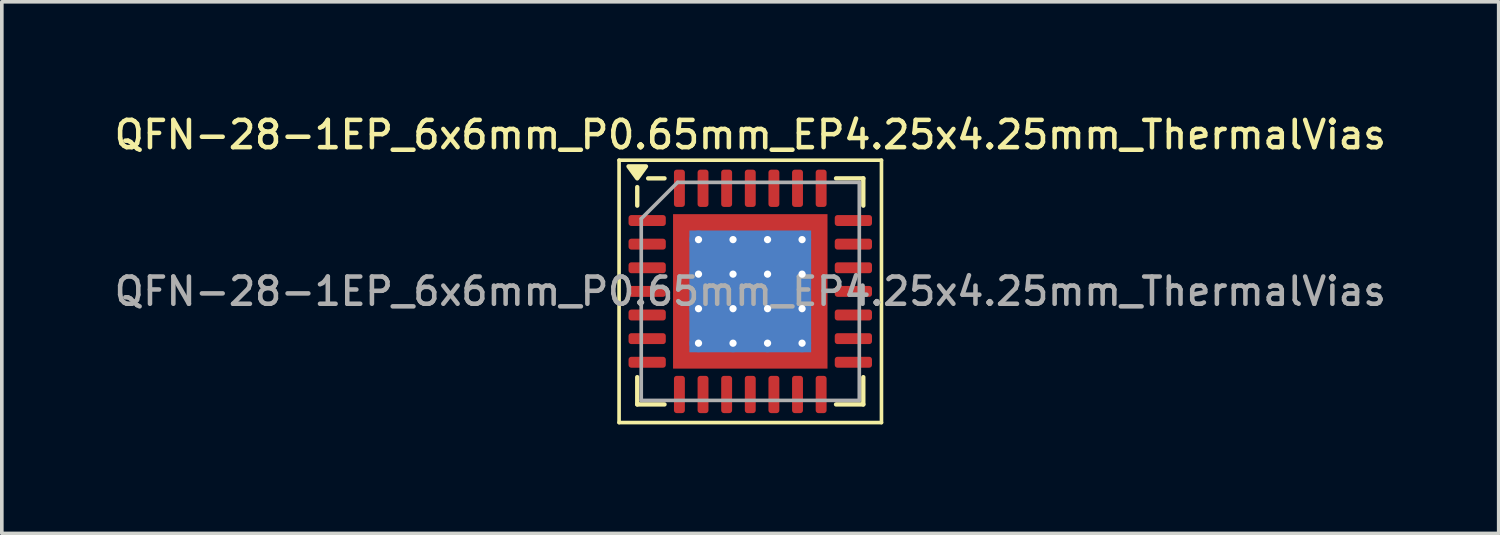
<source format=kicad_pcb>
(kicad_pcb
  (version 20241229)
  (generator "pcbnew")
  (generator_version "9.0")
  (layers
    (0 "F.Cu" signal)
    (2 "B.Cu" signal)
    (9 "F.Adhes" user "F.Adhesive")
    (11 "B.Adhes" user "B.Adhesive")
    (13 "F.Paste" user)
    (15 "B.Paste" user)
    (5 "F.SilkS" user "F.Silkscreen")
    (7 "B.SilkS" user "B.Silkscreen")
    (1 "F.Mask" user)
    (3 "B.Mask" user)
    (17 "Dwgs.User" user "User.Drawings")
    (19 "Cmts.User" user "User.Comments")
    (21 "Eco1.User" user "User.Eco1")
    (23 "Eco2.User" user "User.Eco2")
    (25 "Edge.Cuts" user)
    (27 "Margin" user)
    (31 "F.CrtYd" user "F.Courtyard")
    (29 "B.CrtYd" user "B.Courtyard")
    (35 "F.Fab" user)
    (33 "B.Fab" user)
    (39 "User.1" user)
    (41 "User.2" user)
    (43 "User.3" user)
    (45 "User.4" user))
  (footprint "QFN-28-1EP_6x6mm_P0.65mm_EP4.25x4.25mm_ThermalVias"
    (layer "F.Cu")
    (at 17.595 4.968)
    (property "Reference" "QFN-28-1EP_6x6mm_P0.65mm_EP4.25x4.25mm_ThermalVias" (at 0 -4.31 0) (layer "F.SilkS") (effects (font (size 0.75 0.75) (thickness 0.125))))
    (attr smd)
    (fp_line (start -3.61 -3.61) (end -3.61 3.61) (stroke (width 0.1) (type solid)) (layer "F.SilkS"))
    (fp_line (start -3.61 3.61) (end 3.61 3.61) (stroke (width 0.1) (type solid)) (layer "F.SilkS"))
    (fp_line (start -3.11 -2.36) (end -3.11 -2.87) (stroke (width 0.12) (type solid)) (layer "F.SilkS"))
    (fp_line (start -3.11 3.11) (end -3.11 2.36) (stroke (width 0.12) (type solid)) (layer "F.SilkS"))
    (fp_line (start -2.36 -3.11) (end -2.81 -3.11) (stroke (width 0.12) (type solid)) (layer "F.SilkS"))
    (fp_line (start -2.36 3.11) (end -3.11 3.11) (stroke (width 0.12) (type solid)) (layer "F.SilkS"))
    (fp_line (start 2.36 -3.11) (end 3.11 -3.11) (stroke (width 0.12) (type solid)) (layer "F.SilkS"))
    (fp_line (start 2.36 3.11) (end 3.11 3.11) (stroke (width 0.12) (type solid)) (layer "F.SilkS"))
    (fp_line (start 3.11 -3.11) (end 3.11 -2.36) (stroke (width 0.12) (type solid)) (layer "F.SilkS"))
    (fp_line (start 3.11 3.11) (end 3.11 2.36) (stroke (width 0.12) (type solid)) (layer "F.SilkS"))
    (fp_line (start 3.61 -3.61) (end -3.61 -3.61) (stroke (width 0.1) (type solid)) (layer "F.SilkS"))
    (fp_line (start 3.61 3.61) (end 3.61 -3.61) (stroke (width 0.1) (type solid)) (layer "F.SilkS"))
    (fp_poly (pts (xy -3.11 -3.11) (xy -3.35 -3.44) (xy -2.87 -3.44) (xy -3.11 -3.11)) (stroke (width 0.12) (type solid)) (fill yes) (layer "F.SilkS"))
    (fp_line (start -3 -2) (end -2 -3) (stroke (width 0.1) (type solid)) (layer "F.Fab"))
    (fp_line (start -3 3) (end -3 -2) (stroke (width 0.1) (type solid)) (layer "F.Fab"))
    (fp_line (start -2 -3) (end 3 -3) (stroke (width 0.1) (type solid)) (layer "F.Fab"))
    (fp_line (start 3 -3) (end 3 3) (stroke (width 0.1) (type solid)) (layer "F.Fab"))
    (fp_line (start 3 3) (end -3 3) (stroke (width 0.1) (type solid)) (layer "F.Fab"))
    (fp_text user "${REFERENCE}" (at 0 0 0) (layer "F.Fab") (effects (font (size 0.75 0.75) (thickness 0.125))))
    (pad "" smd custom (at -1.775 -1.775) (size 0.46 0.46) (layers "F.Paste") (options (anchor circle)) (primitives (gr_poly (pts (xy -0.178 -0.178) (xy 0.178 -0.178) (xy 0.178 0.092) (xy 0.092 0.178) (xy -0.178 0.178)) (width 0.208) (fill yes))))
    (pad "" smd custom (at -1.775 -0.95) (size 0.477 0.477) (layers "F.Paste") (options (anchor circle)) (primitives (gr_poly (pts (xy -0.195 -0.296) (xy 0.123 -0.296) (xy 0.195 -0.224) (xy 0.195 0.224) (xy 0.123 0.296) (xy -0.195 0.296)) (width 0.174) (fill yes))))
    (pad "" smd custom (at -1.775 0) (size 0.477 0.477) (layers "F.Paste") (options (anchor circle)) (primitives (gr_poly (pts (xy -0.195 -0.296) (xy 0.123 -0.296) (xy 0.195 -0.224) (xy 0.195 0.224) (xy 0.123 0.296) (xy -0.195 0.296)) (width 0.174) (fill yes))))
    (pad "" smd custom (at -1.775 0.95) (size 0.477 0.477) (layers "F.Paste") (options (anchor circle)) (primitives (gr_poly (pts (xy -0.195 -0.296) (xy 0.123 -0.296) (xy 0.195 -0.224) (xy 0.195 0.224) (xy 0.123 0.296) (xy -0.195 0.296)) (width 0.174) (fill yes))))
    (pad "" smd custom (at -1.775 1.775) (size 0.46 0.46) (layers "F.Paste") (options (anchor circle)) (primitives (gr_poly (pts (xy -0.178 -0.178) (xy 0.092 -0.178) (xy 0.178 -0.092) (xy 0.178 0.178) (xy -0.178 0.178)) (width 0.208) (fill yes))))
    (pad "" smd custom (at -0.95 -1.775) (size 0.477 0.477) (layers "F.Paste") (options (anchor circle)) (primitives (gr_poly (pts (xy -0.296 -0.195) (xy 0.296 -0.195) (xy 0.296 0.123) (xy 0.224 0.195) (xy -0.224 0.195) (xy -0.296 0.123)) (width 0.174) (fill yes))))
    (pad "" smd roundrect (at -0.95 -0.95) (size 0.766 0.766) (layers "F.Paste") (roundrect_rratio 0.25))
    (pad "" smd roundrect (at -0.95 0) (size 0.766 0.766) (layers "F.Paste") (roundrect_rratio 0.25))
    (pad "" smd roundrect (at -0.95 0.95) (size 0.766 0.766) (layers "F.Paste") (roundrect_rratio 0.25))
    (pad "" smd custom (at -0.95 1.775) (size 0.477 0.477) (layers "F.Paste") (options (anchor circle)) (primitives (gr_poly (pts (xy -0.296 -0.123) (xy -0.224 -0.195) (xy 0.224 -0.195) (xy 0.296 -0.123) (xy 0.296 0.195) (xy -0.296 0.195)) (width 0.174) (fill yes))))
    (pad "" smd custom (at 0 -1.775) (size 0.477 0.477) (layers "F.Paste") (options (anchor circle)) (primitives (gr_poly (pts (xy -0.296 -0.195) (xy 0.296 -0.195) (xy 0.296 0.123) (xy 0.224 0.195) (xy -0.224 0.195) (xy -0.296 0.123)) (width 0.174) (fill yes))))
    (pad "" smd roundrect (at 0 -0.95) (size 0.766 0.766) (layers "F.Paste") (roundrect_rratio 0.25))
    (pad "" smd roundrect (at 0 0) (size 0.766 0.766) (layers "F.Paste") (roundrect_rratio 0.25))
    (pad "" smd roundrect (at 0 0.95) (size 0.766 0.766) (layers "F.Paste") (roundrect_rratio 0.25))
    (pad "" smd custom (at 0 1.775) (size 0.477 0.477) (layers "F.Paste") (options (anchor circle)) (primitives (gr_poly (pts (xy -0.296 -0.123) (xy -0.224 -0.195) (xy 0.224 -0.195) (xy 0.296 -0.123) (xy 0.296 0.195) (xy -0.296 0.195)) (width 0.174) (fill yes))))
    (pad "" smd custom (at 0.95 -1.775) (size 0.477 0.477) (layers "F.Paste") (options (anchor circle)) (primitives (gr_poly (pts (xy -0.296 -0.195) (xy 0.296 -0.195) (xy 0.296 0.123) (xy 0.224 0.195) (xy -0.224 0.195) (xy -0.296 0.123)) (width 0.174) (fill yes))))
    (pad "" smd roundrect (at 0.95 -0.95) (size 0.766 0.766) (layers "F.Paste") (roundrect_rratio 0.25))
    (pad "" smd roundrect (at 0.95 0) (size 0.766 0.766) (layers "F.Paste") (roundrect_rratio 0.25))
    (pad "" smd roundrect (at 0.95 0.95) (size 0.766 0.766) (layers "F.Paste") (roundrect_rratio 0.25))
    (pad "" smd custom (at 0.95 1.775) (size 0.477 0.477) (layers "F.Paste") (options (anchor circle)) (primitives (gr_poly (pts (xy -0.296 -0.123) (xy -0.224 -0.195) (xy 0.224 -0.195) (xy 0.296 -0.123) (xy 0.296 0.195) (xy -0.296 0.195)) (width 0.174) (fill yes))))
    (pad "" smd custom (at 1.775 -1.775) (size 0.46 0.46) (layers "F.Paste") (options (anchor circle)) (primitives (gr_poly (pts (xy -0.178 -0.178) (xy 0.178 -0.178) (xy 0.178 0.178) (xy -0.092 0.178) (xy -0.178 0.092)) (width 0.208) (fill yes))))
    (pad "" smd custom (at 1.775 -0.95) (size 0.477 0.477) (layers "F.Paste") (options (anchor circle)) (primitives (gr_poly (pts (xy -0.195 -0.224) (xy -0.123 -0.296) (xy 0.195 -0.296) (xy 0.195 0.296) (xy -0.123 0.296) (xy -0.195 0.224)) (width 0.174) (fill yes))))
    (pad "" smd custom (at 1.775 0) (size 0.477 0.477) (layers "F.Paste") (options (anchor circle)) (primitives (gr_poly (pts (xy -0.195 -0.224) (xy -0.123 -0.296) (xy 0.195 -0.296) (xy 0.195 0.296) (xy -0.123 0.296) (xy -0.195 0.224)) (width 0.174) (fill yes))))
    (pad "" smd custom (at 1.775 0.95) (size 0.477 0.477) (layers "F.Paste") (options (anchor circle)) (primitives (gr_poly (pts (xy -0.195 -0.224) (xy -0.123 -0.296) (xy 0.195 -0.296) (xy 0.195 0.296) (xy -0.123 0.296) (xy -0.195 0.224)) (width 0.174) (fill yes))))
    (pad "" smd custom (at 1.775 1.775) (size 0.46 0.46) (layers "F.Paste") (options (anchor circle)) (primitives (gr_poly (pts (xy -0.178 -0.092) (xy -0.092 -0.178) (xy 0.178 -0.178) (xy 0.178 0.178) (xy -0.178 0.178)) (width 0.208) (fill yes))))
    (pad "1" smd roundrect (at -2.837 -1.95) (size 1.025 0.3) (layers "F.Cu" "F.Mask" "F.Paste") (roundrect_rratio 0.25))
    (pad "2" smd roundrect (at -2.837 -1.3) (size 1.025 0.3) (layers "F.Cu" "F.Mask" "F.Paste") (roundrect_rratio 0.25))
    (pad "3" smd roundrect (at -2.837 -0.65) (size 1.025 0.3) (layers "F.Cu" "F.Mask" "F.Paste") (roundrect_rratio 0.25))
    (pad "4" smd roundrect (at -2.837 0) (size 1.025 0.3) (layers "F.Cu" "F.Mask" "F.Paste") (roundrect_rratio 0.25))
    (pad "5" smd roundrect (at -2.837 0.65) (size 1.025 0.3) (layers "F.Cu" "F.Mask" "F.Paste") (roundrect_rratio 0.25))
    (pad "6" smd roundrect (at -2.837 1.3) (size 1.025 0.3) (layers "F.Cu" "F.Mask" "F.Paste") (roundrect_rratio 0.25))
    (pad "7" smd roundrect (at -2.837 1.95) (size 1.025 0.3) (layers "F.Cu" "F.Mask" "F.Paste") (roundrect_rratio 0.25))
    (pad "8" smd roundrect (at -1.95 2.837) (size 0.3 1.025) (layers "F.Cu" "F.Mask" "F.Paste") (roundrect_rratio 0.25))
    (pad "9" smd roundrect (at -1.3 2.837) (size 0.3 1.025) (layers "F.Cu" "F.Mask" "F.Paste") (roundrect_rratio 0.25))
    (pad "10" smd roundrect (at -0.65 2.837) (size 0.3 1.025) (layers "F.Cu" "F.Mask" "F.Paste") (roundrect_rratio 0.25))
    (pad "11" smd roundrect (at 0 2.837) (size 0.3 1.025) (layers "F.Cu" "F.Mask" "F.Paste") (roundrect_rratio 0.25))
    (pad "12" smd roundrect (at 0.65 2.837) (size 0.3 1.025) (layers "F.Cu" "F.Mask" "F.Paste") (roundrect_rratio 0.25))
    (pad "13" smd roundrect (at 1.3 2.837) (size 0.3 1.025) (layers "F.Cu" "F.Mask" "F.Paste") (roundrect_rratio 0.25))
    (pad "14" smd roundrect (at 1.95 2.837) (size 0.3 1.025) (layers "F.Cu" "F.Mask" "F.Paste") (roundrect_rratio 0.25))
    (pad "15" smd roundrect (at 2.837 1.95) (size 1.025 0.3) (layers "F.Cu" "F.Mask" "F.Paste") (roundrect_rratio 0.25))
    (pad "16" smd roundrect (at 2.837 1.3) (size 1.025 0.3) (layers "F.Cu" "F.Mask" "F.Paste") (roundrect_rratio 0.25))
    (pad "17" smd roundrect (at 2.837 0.65) (size 1.025 0.3) (layers "F.Cu" "F.Mask" "F.Paste") (roundrect_rratio 0.25))
    (pad "18" smd roundrect (at 2.837 0) (size 1.025 0.3) (layers "F.Cu" "F.Mask" "F.Paste") (roundrect_rratio 0.25))
    (pad "19" smd roundrect (at 2.837 -0.65) (size 1.025 0.3) (layers "F.Cu" "F.Mask" "F.Paste") (roundrect_rratio 0.25))
    (pad "20" smd roundrect (at 2.837 -1.3) (size 1.025 0.3) (layers "F.Cu" "F.Mask" "F.Paste") (roundrect_rratio 0.25))
    (pad "21" smd roundrect (at 2.837 -1.95) (size 1.025 0.3) (layers "F.Cu" "F.Mask" "F.Paste") (roundrect_rratio 0.25))
    (pad "22" smd roundrect (at 1.95 -2.837) (size 0.3 1.025) (layers "F.Cu" "F.Mask" "F.Paste") (roundrect_rratio 0.25))
    (pad "23" smd roundrect (at 1.3 -2.837) (size 0.3 1.025) (layers "F.Cu" "F.Mask" "F.Paste") (roundrect_rratio 0.25))
    (pad "24" smd roundrect (at 0.65 -2.837) (size 0.3 1.025) (layers "F.Cu" "F.Mask" "F.Paste") (roundrect_rratio 0.25))
    (pad "25" smd roundrect (at 0 -2.837) (size 0.3 1.025) (layers "F.Cu" "F.Mask" "F.Paste") (roundrect_rratio 0.25))
    (pad "26" smd roundrect (at -0.65 -2.837) (size 0.3 1.025) (layers "F.Cu" "F.Mask" "F.Paste") (roundrect_rratio 0.25))
    (pad "27" smd roundrect (at -1.3 -2.837) (size 0.3 1.025) (layers "F.Cu" "F.Mask" "F.Paste") (roundrect_rratio 0.25))
    (pad "28" smd roundrect (at -1.95 -2.837) (size 0.3 1.025) (layers "F.Cu" "F.Mask" "F.Paste") (roundrect_rratio 0.25))
    (pad "29" thru_hole circle (at -1.425 -1.425) (size 0.5 0.5) (drill 0.2) (property pad_prop_heatsink) (layers "*.Cu"))
    (pad "29" thru_hole circle (at -1.425 -0.475) (size 0.5 0.5) (drill 0.2) (property pad_prop_heatsink) (layers "*.Cu"))
    (pad "29" thru_hole circle (at -1.425 0.475) (size 0.5 0.5) (drill 0.2) (property pad_prop_heatsink) (layers "*.Cu"))
    (pad "29" thru_hole circle (at -1.425 1.425) (size 0.5 0.5) (drill 0.2) (property pad_prop_heatsink) (layers "*.Cu"))
    (pad "29" thru_hole circle (at -0.475 -1.425) (size 0.5 0.5) (drill 0.2) (property pad_prop_heatsink) (layers "*.Cu"))
    (pad "29" thru_hole circle (at -0.475 -0.475) (size 0.5 0.5) (drill 0.2) (property pad_prop_heatsink) (layers "*.Cu"))
    (pad "29" thru_hole circle (at -0.475 0.475) (size 0.5 0.5) (drill 0.2) (property pad_prop_heatsink) (layers "*.Cu"))
    (pad "29" thru_hole circle (at -0.475 1.425) (size 0.5 0.5) (drill 0.2) (property pad_prop_heatsink) (layers "*.Cu"))
    (pad "29" smd rect (at 0 0) (size 3.35 3.35) (property pad_prop_heatsink) (layers "B.Cu"))
    (pad "29" smd rect (at 0 0) (size 4.25 4.25) (property pad_prop_heatsink) (layers "F.Cu" "F.Mask"))
    (pad "29" thru_hole circle (at 0.475 -1.425) (size 0.5 0.5) (drill 0.2) (property pad_prop_heatsink) (layers "*.Cu"))
    (pad "29" thru_hole circle (at 0.475 -0.475) (size 0.5 0.5) (drill 0.2) (property pad_prop_heatsink) (layers "*.Cu"))
    (pad "29" thru_hole circle (at 0.475 0.475) (size 0.5 0.5) (drill 0.2) (property pad_prop_heatsink) (layers "*.Cu"))
    (pad "29" thru_hole circle (at 0.475 1.425) (size 0.5 0.5) (drill 0.2) (property pad_prop_heatsink) (layers "*.Cu"))
    (pad "29" thru_hole circle (at 1.425 -1.425) (size 0.5 0.5) (drill 0.2) (property pad_prop_heatsink) (layers "*.Cu"))
    (pad "29" thru_hole circle (at 1.425 -0.475) (size 0.5 0.5) (drill 0.2) (property pad_prop_heatsink) (layers "*.Cu"))
    (pad "29" thru_hole circle (at 1.425 0.475) (size 0.5 0.5) (drill 0.2) (property pad_prop_heatsink) (layers "*.Cu"))
    (pad "29" thru_hole circle (at 1.425 1.425) (size 0.5 0.5) (drill 0.2) (property pad_prop_heatsink) (layers "*.Cu")))
  (gr_rect
    (start -3 -3)
    (end 38.189 11.628)
    (stroke (width 0.1) (type default))
    (fill no)
    (layer "Edge.Cuts")))
</source>
